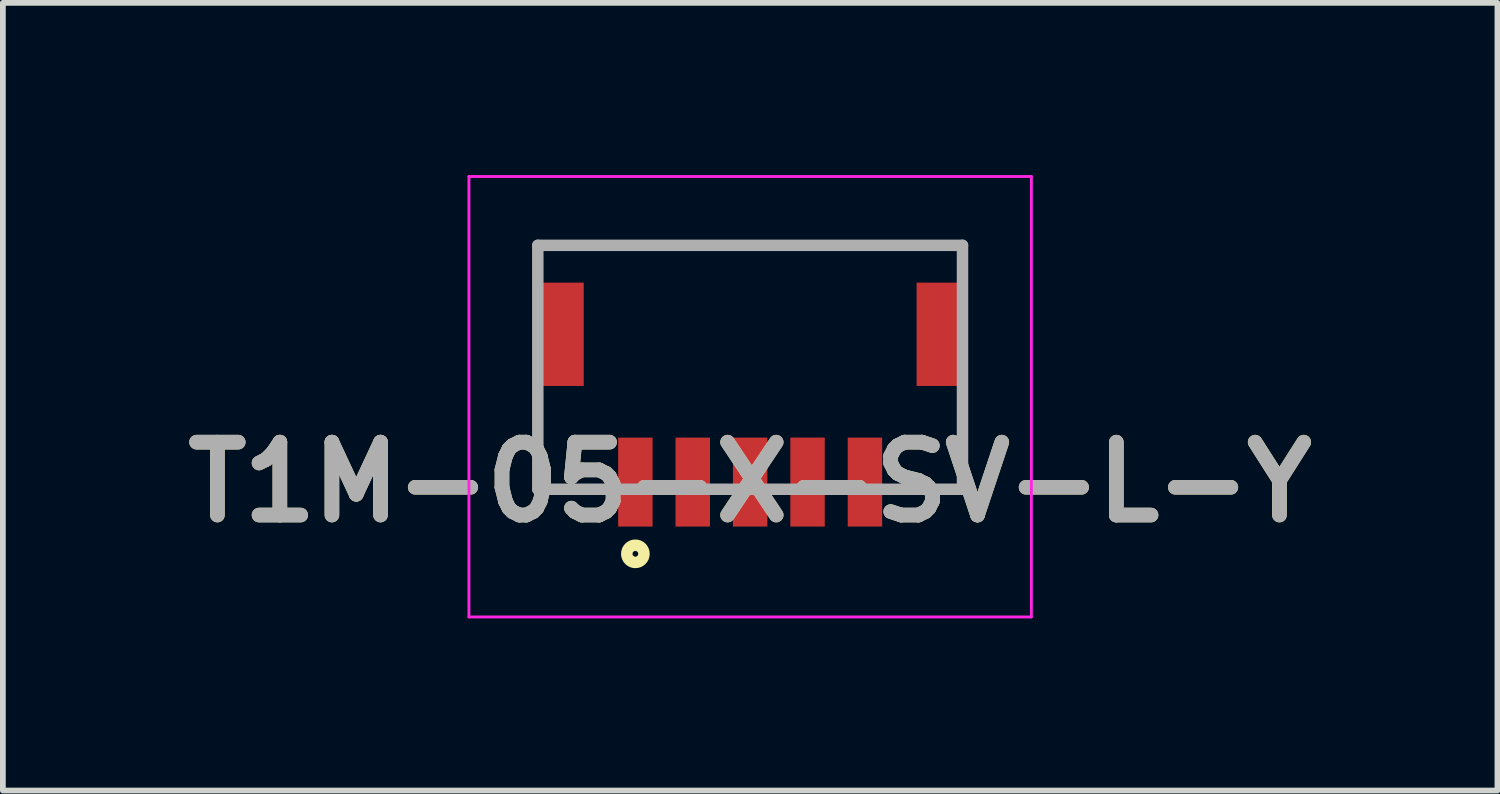
<source format=kicad_pcb>
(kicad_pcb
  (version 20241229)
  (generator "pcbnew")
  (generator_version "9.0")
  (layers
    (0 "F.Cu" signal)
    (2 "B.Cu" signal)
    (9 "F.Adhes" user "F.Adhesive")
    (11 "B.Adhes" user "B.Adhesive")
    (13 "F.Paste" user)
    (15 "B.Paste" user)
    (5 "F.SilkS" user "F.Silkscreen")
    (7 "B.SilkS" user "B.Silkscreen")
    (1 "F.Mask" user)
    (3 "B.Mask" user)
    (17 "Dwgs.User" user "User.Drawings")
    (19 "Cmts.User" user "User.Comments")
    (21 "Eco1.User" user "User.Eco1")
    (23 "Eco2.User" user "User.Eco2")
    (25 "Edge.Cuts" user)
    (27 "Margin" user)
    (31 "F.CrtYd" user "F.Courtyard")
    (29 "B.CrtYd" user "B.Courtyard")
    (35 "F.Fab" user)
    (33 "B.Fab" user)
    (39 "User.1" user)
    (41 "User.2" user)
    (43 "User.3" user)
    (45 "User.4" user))
  (footprint "T1M-05-X-SV-L-Y"
    (layer "F.Cu")
    (at 10.021 5.35)
    (property "Reference" "T1M-05-X-SV-L-Y" (at 0 0 0) (layer "F.SilkS") (effects (font (size 1.27 1.27) (thickness 0.254))))
    (attr smd)
    (fp_line (start -3.7 -4.125) (end 3.7 -4.125) (stroke (width 0.1) (type solid)) (layer "F.SilkS"))
    (fp_circle (center -2 1.25) (end -2 1.3) (stroke (width 0.2) (type solid)) (fill no) (layer "F.SilkS"))
    (fp_line (start -4.9 -5.325) (end 4.9 -5.325) (stroke (width 0.05) (type solid)) (layer "F.CrtYd"))
    (fp_line (start -4.9 2.35) (end -4.9 -5.325) (stroke (width 0.05) (type solid)) (layer "F.CrtYd"))
    (fp_line (start 4.9 -5.325) (end 4.9 2.35) (stroke (width 0.05) (type solid)) (layer "F.CrtYd"))
    (fp_line (start 4.9 2.35) (end -4.9 2.35) (stroke (width 0.05) (type solid)) (layer "F.CrtYd"))
    (fp_line (start -3.7 -4.125) (end 3.7 -4.125) (stroke (width 0.2) (type solid)) (layer "F.Fab"))
    (fp_line (start -3.7 0.125) (end -3.7 -4.125) (stroke (width 0.2) (type solid)) (layer "F.Fab"))
    (fp_line (start 3.7 -4.125) (end 3.7 0.125) (stroke (width 0.2) (type solid)) (layer "F.Fab"))
    (fp_line (start 3.7 0.125) (end -3.7 0.125) (stroke (width 0.2) (type solid)) (layer "F.Fab"))
    (fp_text user "${REFERENCE}" (at 0 0 0) (layer "F.Fab") (effects (font (size 1.27 1.27) (thickness 0.254))))
    (pad "1" smd rect (at -2 0) (size 0.6 1.55) (layers "F.Cu" "F.Mask" "F.Paste"))
    (pad "2" smd rect (at -1 0) (size 0.6 1.55) (layers "F.Cu" "F.Mask" "F.Paste"))
    (pad "3" smd rect (at 0 0) (size 0.6 1.55) (layers "F.Cu" "F.Mask" "F.Paste"))
    (pad "4" smd rect (at 1 0) (size 0.6 1.55) (layers "F.Cu" "F.Mask" "F.Paste"))
    (pad "5" smd rect (at 2 0) (size 0.6 1.55) (layers "F.Cu" "F.Mask" "F.Paste"))
    (pad "6" smd rect (at -3.3 -2.575) (size 0.8 1.8) (layers "F.Cu" "F.Mask" "F.Paste"))
    (pad "7" smd rect (at 3.3 -2.575) (size 0.8 1.8) (layers "F.Cu" "F.Mask" "F.Paste")))
  (gr_rect
    (start -3 -3)
    (end 23.042 10.725)
    (stroke (width 0.1) (type default))
    (fill no)
    (layer "Edge.Cuts")))
</source>
